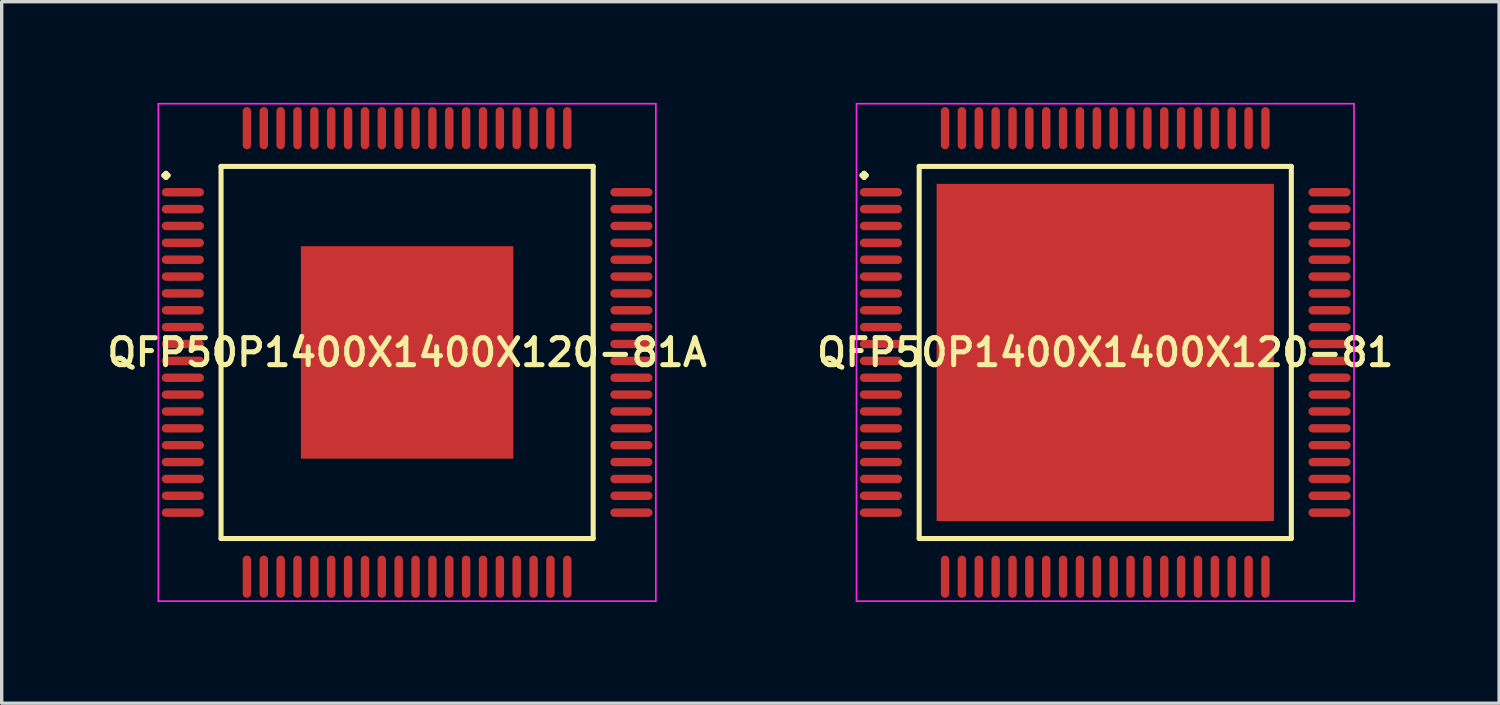
<source format=kicad_pcb>
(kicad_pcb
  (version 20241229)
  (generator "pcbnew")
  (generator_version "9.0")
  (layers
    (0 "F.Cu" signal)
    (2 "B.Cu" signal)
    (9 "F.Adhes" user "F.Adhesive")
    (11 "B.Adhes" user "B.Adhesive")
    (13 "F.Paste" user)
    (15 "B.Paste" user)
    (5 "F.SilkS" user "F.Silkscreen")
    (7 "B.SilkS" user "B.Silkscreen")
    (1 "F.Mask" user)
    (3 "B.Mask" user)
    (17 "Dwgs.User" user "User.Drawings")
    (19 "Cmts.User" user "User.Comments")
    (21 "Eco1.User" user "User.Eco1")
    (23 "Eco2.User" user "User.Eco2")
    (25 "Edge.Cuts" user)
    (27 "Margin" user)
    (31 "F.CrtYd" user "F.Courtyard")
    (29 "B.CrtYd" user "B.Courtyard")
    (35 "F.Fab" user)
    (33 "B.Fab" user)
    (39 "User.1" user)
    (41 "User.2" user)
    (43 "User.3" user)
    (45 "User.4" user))
  (footprint "QFP50P1400X1400X120-81"
    (layer "F.Cu")
    (at 29.721 7.4)
    (property "Reference" "QFP50P1400X1400X120-81" (at 0 0 0) (layer "F.SilkS") (effects (font (size 0.8 0.8) (thickness 0.15))))
    (attr smd)
    (fp_line (start -7.213 -5.25) (end -7.15 -5.312) (stroke (width 0.15) (type solid)) (layer "F.SilkS"))
    (fp_line (start -7.15 -5.312) (end -7.088 -5.25) (stroke (width 0.15) (type solid)) (layer "F.SilkS"))
    (fp_line (start -7.15 -5.188) (end -7.213 -5.25) (stroke (width 0.15) (type solid)) (layer "F.SilkS"))
    (fp_line (start -7.088 -5.25) (end -7.15 -5.188) (stroke (width 0.15) (type solid)) (layer "F.SilkS"))
    (fp_line (start -5.517 -5.517) (end -5.517 5.517) (stroke (width 0.15) (type solid)) (layer "F.SilkS"))
    (fp_line (start -5.517 5.517) (end 5.517 5.517) (stroke (width 0.15) (type solid)) (layer "F.SilkS"))
    (fp_line (start 5.517 -5.517) (end -5.517 -5.517) (stroke (width 0.15) (type solid)) (layer "F.SilkS"))
    (fp_line (start 5.517 5.517) (end 5.517 -5.517) (stroke (width 0.15) (type solid)) (layer "F.SilkS"))
    (fp_line (start -7.375 -7.375) (end 7.375 -7.375) (stroke (width 0.05) (type solid)) (layer "F.CrtYd"))
    (fp_line (start -7.375 7.375) (end -7.375 -7.375) (stroke (width 0.05) (type solid)) (layer "F.CrtYd"))
    (fp_line (start 7.375 -7.375) (end 7.375 7.375) (stroke (width 0.05) (type solid)) (layer "F.CrtYd"))
    (fp_line (start 7.375 7.375) (end -7.375 7.375) (stroke (width 0.05) (type solid)) (layer "F.CrtYd"))
    (pad "1" smd oval (at -6.65 -4.75) (size 1.25 0.25) (layers "F.Cu" "F.Mask" "F.Paste"))
    (pad "2" smd oval (at -6.65 -4.25) (size 1.25 0.25) (layers "F.Cu" "F.Mask" "F.Paste"))
    (pad "3" smd oval (at -6.65 -3.75) (size 1.25 0.25) (layers "F.Cu" "F.Mask" "F.Paste"))
    (pad "4" smd oval (at -6.65 -3.25) (size 1.25 0.25) (layers "F.Cu" "F.Mask" "F.Paste"))
    (pad "5" smd oval (at -6.65 -2.75) (size 1.25 0.25) (layers "F.Cu" "F.Mask" "F.Paste"))
    (pad "6" smd oval (at -6.65 -2.25) (size 1.25 0.25) (layers "F.Cu" "F.Mask" "F.Paste"))
    (pad "7" smd oval (at -6.65 -1.75) (size 1.25 0.25) (layers "F.Cu" "F.Mask" "F.Paste"))
    (pad "8" smd oval (at -6.65 -1.25) (size 1.25 0.25) (layers "F.Cu" "F.Mask" "F.Paste"))
    (pad "9" smd oval (at -6.65 -0.75) (size 1.25 0.25) (layers "F.Cu" "F.Mask" "F.Paste"))
    (pad "10" smd oval (at -6.65 -0.25) (size 1.25 0.25) (layers "F.Cu" "F.Mask" "F.Paste"))
    (pad "11" smd oval (at -6.65 0.25) (size 1.25 0.25) (layers "F.Cu" "F.Mask" "F.Paste"))
    (pad "12" smd oval (at -6.65 0.75) (size 1.25 0.25) (layers "F.Cu" "F.Mask" "F.Paste"))
    (pad "13" smd oval (at -6.65 1.25) (size 1.25 0.25) (layers "F.Cu" "F.Mask" "F.Paste"))
    (pad "14" smd oval (at -6.65 1.75) (size 1.25 0.25) (layers "F.Cu" "F.Mask" "F.Paste"))
    (pad "15" smd oval (at -6.65 2.25) (size 1.25 0.25) (layers "F.Cu" "F.Mask" "F.Paste"))
    (pad "16" smd oval (at -6.65 2.75) (size 1.25 0.25) (layers "F.Cu" "F.Mask" "F.Paste"))
    (pad "17" smd oval (at -6.65 3.25) (size 1.25 0.25) (layers "F.Cu" "F.Mask" "F.Paste"))
    (pad "18" smd oval (at -6.65 3.75) (size 1.25 0.25) (layers "F.Cu" "F.Mask" "F.Paste"))
    (pad "19" smd oval (at -6.65 4.25) (size 1.25 0.25) (layers "F.Cu" "F.Mask" "F.Paste"))
    (pad "20" smd oval (at -6.65 4.75) (size 1.25 0.25) (layers "F.Cu" "F.Mask" "F.Paste"))
    (pad "21" smd oval (at -4.75 6.65) (size 0.25 1.25) (layers "F.Cu" "F.Mask" "F.Paste"))
    (pad "22" smd oval (at -4.25 6.65) (size 0.25 1.25) (layers "F.Cu" "F.Mask" "F.Paste"))
    (pad "23" smd oval (at -3.75 6.65) (size 0.25 1.25) (layers "F.Cu" "F.Mask" "F.Paste"))
    (pad "24" smd oval (at -3.25 6.65) (size 0.25 1.25) (layers "F.Cu" "F.Mask" "F.Paste"))
    (pad "25" smd oval (at -2.75 6.65) (size 0.25 1.25) (layers "F.Cu" "F.Mask" "F.Paste"))
    (pad "26" smd oval (at -2.25 6.65) (size 0.25 1.25) (layers "F.Cu" "F.Mask" "F.Paste"))
    (pad "27" smd oval (at -1.75 6.65) (size 0.25 1.25) (layers "F.Cu" "F.Mask" "F.Paste"))
    (pad "28" smd oval (at -1.25 6.65) (size 0.25 1.25) (layers "F.Cu" "F.Mask" "F.Paste"))
    (pad "29" smd oval (at -0.75 6.65) (size 0.25 1.25) (layers "F.Cu" "F.Mask" "F.Paste"))
    (pad "30" smd oval (at -0.25 6.65) (size 0.25 1.25) (layers "F.Cu" "F.Mask" "F.Paste"))
    (pad "31" smd oval (at 0.25 6.65) (size 0.25 1.25) (layers "F.Cu" "F.Mask" "F.Paste"))
    (pad "32" smd oval (at 0.75 6.65) (size 0.25 1.25) (layers "F.Cu" "F.Mask" "F.Paste"))
    (pad "33" smd oval (at 1.25 6.65) (size 0.25 1.25) (layers "F.Cu" "F.Mask" "F.Paste"))
    (pad "34" smd oval (at 1.75 6.65) (size 0.25 1.25) (layers "F.Cu" "F.Mask" "F.Paste"))
    (pad "35" smd oval (at 2.25 6.65) (size 0.25 1.25) (layers "F.Cu" "F.Mask" "F.Paste"))
    (pad "36" smd oval (at 2.75 6.65) (size 0.25 1.25) (layers "F.Cu" "F.Mask" "F.Paste"))
    (pad "37" smd oval (at 3.25 6.65) (size 0.25 1.25) (layers "F.Cu" "F.Mask" "F.Paste"))
    (pad "38" smd oval (at 3.75 6.65) (size 0.25 1.25) (layers "F.Cu" "F.Mask" "F.Paste"))
    (pad "39" smd oval (at 4.25 6.65) (size 0.25 1.25) (layers "F.Cu" "F.Mask" "F.Paste"))
    (pad "40" smd oval (at 4.75 6.65) (size 0.25 1.25) (layers "F.Cu" "F.Mask" "F.Paste"))
    (pad "41" smd oval (at 6.65 4.75) (size 1.25 0.25) (layers "F.Cu" "F.Mask" "F.Paste"))
    (pad "42" smd oval (at 6.65 4.25) (size 1.25 0.25) (layers "F.Cu" "F.Mask" "F.Paste"))
    (pad "43" smd oval (at 6.65 3.75) (size 1.25 0.25) (layers "F.Cu" "F.Mask" "F.Paste"))
    (pad "44" smd oval (at 6.65 3.25) (size 1.25 0.25) (layers "F.Cu" "F.Mask" "F.Paste"))
    (pad "45" smd oval (at 6.65 2.75) (size 1.25 0.25) (layers "F.Cu" "F.Mask" "F.Paste"))
    (pad "46" smd oval (at 6.65 2.25) (size 1.25 0.25) (layers "F.Cu" "F.Mask" "F.Paste"))
    (pad "47" smd oval (at 6.65 1.75) (size 1.25 0.25) (layers "F.Cu" "F.Mask" "F.Paste"))
    (pad "48" smd oval (at 6.65 1.25) (size 1.25 0.25) (layers "F.Cu" "F.Mask" "F.Paste"))
    (pad "49" smd oval (at 6.65 0.75) (size 1.25 0.25) (layers "F.Cu" "F.Mask" "F.Paste"))
    (pad "50" smd oval (at 6.65 0.25) (size 1.25 0.25) (layers "F.Cu" "F.Mask" "F.Paste"))
    (pad "51" smd oval (at 6.65 -0.25) (size 1.25 0.25) (layers "F.Cu" "F.Mask" "F.Paste"))
    (pad "52" smd oval (at 6.65 -0.75) (size 1.25 0.25) (layers "F.Cu" "F.Mask" "F.Paste"))
    (pad "53" smd oval (at 6.65 -1.25) (size 1.25 0.25) (layers "F.Cu" "F.Mask" "F.Paste"))
    (pad "54" smd oval (at 6.65 -1.75) (size 1.25 0.25) (layers "F.Cu" "F.Mask" "F.Paste"))
    (pad "55" smd oval (at 6.65 -2.25) (size 1.25 0.25) (layers "F.Cu" "F.Mask" "F.Paste"))
    (pad "56" smd oval (at 6.65 -2.75) (size 1.25 0.25) (layers "F.Cu" "F.Mask" "F.Paste"))
    (pad "57" smd oval (at 6.65 -3.25) (size 1.25 0.25) (layers "F.Cu" "F.Mask" "F.Paste"))
    (pad "58" smd oval (at 6.65 -3.75) (size 1.25 0.25) (layers "F.Cu" "F.Mask" "F.Paste"))
    (pad "59" smd oval (at 6.65 -4.25) (size 1.25 0.25) (layers "F.Cu" "F.Mask" "F.Paste"))
    (pad "60" smd oval (at 6.65 -4.75) (size 1.25 0.25) (layers "F.Cu" "F.Mask" "F.Paste"))
    (pad "61" smd oval (at 4.75 -6.65) (size 0.25 1.25) (layers "F.Cu" "F.Mask" "F.Paste"))
    (pad "62" smd oval (at 4.25 -6.65) (size 0.25 1.25) (layers "F.Cu" "F.Mask" "F.Paste"))
    (pad "63" smd oval (at 3.75 -6.65) (size 0.25 1.25) (layers "F.Cu" "F.Mask" "F.Paste"))
    (pad "64" smd oval (at 3.25 -6.65) (size 0.25 1.25) (layers "F.Cu" "F.Mask" "F.Paste"))
    (pad "65" smd oval (at 2.75 -6.65) (size 0.25 1.25) (layers "F.Cu" "F.Mask" "F.Paste"))
    (pad "66" smd oval (at 2.25 -6.65) (size 0.25 1.25) (layers "F.Cu" "F.Mask" "F.Paste"))
    (pad "67" smd oval (at 1.75 -6.65) (size 0.25 1.25) (layers "F.Cu" "F.Mask" "F.Paste"))
    (pad "68" smd oval (at 1.25 -6.65) (size 0.25 1.25) (layers "F.Cu" "F.Mask" "F.Paste"))
    (pad "69" smd oval (at 0.75 -6.65) (size 0.25 1.25) (layers "F.Cu" "F.Mask" "F.Paste"))
    (pad "70" smd oval (at 0.25 -6.65) (size 0.25 1.25) (layers "F.Cu" "F.Mask" "F.Paste"))
    (pad "71" smd oval (at -0.25 -6.65) (size 0.25 1.25) (layers "F.Cu" "F.Mask" "F.Paste"))
    (pad "72" smd oval (at -0.75 -6.65) (size 0.25 1.25) (layers "F.Cu" "F.Mask" "F.Paste"))
    (pad "73" smd oval (at -1.25 -6.65) (size 0.25 1.25) (layers "F.Cu" "F.Mask" "F.Paste"))
    (pad "74" smd oval (at -1.75 -6.65) (size 0.25 1.25) (layers "F.Cu" "F.Mask" "F.Paste"))
    (pad "75" smd oval (at -2.25 -6.65) (size 0.25 1.25) (layers "F.Cu" "F.Mask" "F.Paste"))
    (pad "76" smd oval (at -2.75 -6.65) (size 0.25 1.25) (layers "F.Cu" "F.Mask" "F.Paste"))
    (pad "77" smd oval (at -3.25 -6.65) (size 0.25 1.25) (layers "F.Cu" "F.Mask" "F.Paste"))
    (pad "78" smd oval (at -3.75 -6.65) (size 0.25 1.25) (layers "F.Cu" "F.Mask" "F.Paste"))
    (pad "79" smd oval (at -4.25 -6.65) (size 0.25 1.25) (layers "F.Cu" "F.Mask" "F.Paste"))
    (pad "80" smd oval (at -4.75 -6.65) (size 0.25 1.25) (layers "F.Cu" "F.Mask" "F.Paste"))
    (pad "81" smd rect (at 0 0) (size 10 10) (layers "F.Cu" "F.Mask" "F.Paste")))
  (footprint "QFP50P1400X1400X120-81A"
    (layer "F.Cu")
    (at 9.021 7.4)
    (property "Reference" "QFP50P1400X1400X120-81A" (at 0 0 0) (layer "F.SilkS") (effects (font (size 0.8 0.8) (thickness 0.15))))
    (attr smd)
    (fp_line (start -7.213 -5.25) (end -7.15 -5.312) (stroke (width 0.15) (type solid)) (layer "F.SilkS"))
    (fp_line (start -7.15 -5.312) (end -7.088 -5.25) (stroke (width 0.15) (type solid)) (layer "F.SilkS"))
    (fp_line (start -7.15 -5.188) (end -7.213 -5.25) (stroke (width 0.15) (type solid)) (layer "F.SilkS"))
    (fp_line (start -7.088 -5.25) (end -7.15 -5.188) (stroke (width 0.15) (type solid)) (layer "F.SilkS"))
    (fp_line (start -5.517 -5.517) (end -5.517 5.517) (stroke (width 0.15) (type solid)) (layer "F.SilkS"))
    (fp_line (start -5.517 5.517) (end 5.517 5.517) (stroke (width 0.15) (type solid)) (layer "F.SilkS"))
    (fp_line (start 5.517 -5.517) (end -5.517 -5.517) (stroke (width 0.15) (type solid)) (layer "F.SilkS"))
    (fp_line (start 5.517 5.517) (end 5.517 -5.517) (stroke (width 0.15) (type solid)) (layer "F.SilkS"))
    (fp_line (start -7.375 -7.375) (end 7.375 -7.375) (stroke (width 0.05) (type solid)) (layer "F.CrtYd"))
    (fp_line (start -7.375 7.375) (end -7.375 -7.375) (stroke (width 0.05) (type solid)) (layer "F.CrtYd"))
    (fp_line (start 7.375 -7.375) (end 7.375 7.375) (stroke (width 0.05) (type solid)) (layer "F.CrtYd"))
    (fp_line (start 7.375 7.375) (end -7.375 7.375) (stroke (width 0.05) (type solid)) (layer "F.CrtYd"))
    (pad "1" smd oval (at -6.65 -4.75) (size 1.25 0.25) (layers "F.Cu" "F.Mask" "F.Paste"))
    (pad "2" smd oval (at -6.65 -4.25) (size 1.25 0.25) (layers "F.Cu" "F.Mask" "F.Paste"))
    (pad "3" smd oval (at -6.65 -3.75) (size 1.25 0.25) (layers "F.Cu" "F.Mask" "F.Paste"))
    (pad "4" smd oval (at -6.65 -3.25) (size 1.25 0.25) (layers "F.Cu" "F.Mask" "F.Paste"))
    (pad "5" smd oval (at -6.65 -2.75) (size 1.25 0.25) (layers "F.Cu" "F.Mask" "F.Paste"))
    (pad "6" smd oval (at -6.65 -2.25) (size 1.25 0.25) (layers "F.Cu" "F.Mask" "F.Paste"))
    (pad "7" smd oval (at -6.65 -1.75) (size 1.25 0.25) (layers "F.Cu" "F.Mask" "F.Paste"))
    (pad "8" smd oval (at -6.65 -1.25) (size 1.25 0.25) (layers "F.Cu" "F.Mask" "F.Paste"))
    (pad "9" smd oval (at -6.65 -0.75) (size 1.25 0.25) (layers "F.Cu" "F.Mask" "F.Paste"))
    (pad "10" smd oval (at -6.65 -0.25) (size 1.25 0.25) (layers "F.Cu" "F.Mask" "F.Paste"))
    (pad "11" smd oval (at -6.65 0.25) (size 1.25 0.25) (layers "F.Cu" "F.Mask" "F.Paste"))
    (pad "12" smd oval (at -6.65 0.75) (size 1.25 0.25) (layers "F.Cu" "F.Mask" "F.Paste"))
    (pad "13" smd oval (at -6.65 1.25) (size 1.25 0.25) (layers "F.Cu" "F.Mask" "F.Paste"))
    (pad "14" smd oval (at -6.65 1.75) (size 1.25 0.25) (layers "F.Cu" "F.Mask" "F.Paste"))
    (pad "15" smd oval (at -6.65 2.25) (size 1.25 0.25) (layers "F.Cu" "F.Mask" "F.Paste"))
    (pad "16" smd oval (at -6.65 2.75) (size 1.25 0.25) (layers "F.Cu" "F.Mask" "F.Paste"))
    (pad "17" smd oval (at -6.65 3.25) (size 1.25 0.25) (layers "F.Cu" "F.Mask" "F.Paste"))
    (pad "18" smd oval (at -6.65 3.75) (size 1.25 0.25) (layers "F.Cu" "F.Mask" "F.Paste"))
    (pad "19" smd oval (at -6.65 4.25) (size 1.25 0.25) (layers "F.Cu" "F.Mask" "F.Paste"))
    (pad "20" smd oval (at -6.65 4.75) (size 1.25 0.25) (layers "F.Cu" "F.Mask" "F.Paste"))
    (pad "21" smd oval (at -4.75 6.65) (size 0.25 1.25) (layers "F.Cu" "F.Mask" "F.Paste"))
    (pad "22" smd oval (at -4.25 6.65) (size 0.25 1.25) (layers "F.Cu" "F.Mask" "F.Paste"))
    (pad "23" smd oval (at -3.75 6.65) (size 0.25 1.25) (layers "F.Cu" "F.Mask" "F.Paste"))
    (pad "24" smd oval (at -3.25 6.65) (size 0.25 1.25) (layers "F.Cu" "F.Mask" "F.Paste"))
    (pad "25" smd oval (at -2.75 6.65) (size 0.25 1.25) (layers "F.Cu" "F.Mask" "F.Paste"))
    (pad "26" smd oval (at -2.25 6.65) (size 0.25 1.25) (layers "F.Cu" "F.Mask" "F.Paste"))
    (pad "27" smd oval (at -1.75 6.65) (size 0.25 1.25) (layers "F.Cu" "F.Mask" "F.Paste"))
    (pad "28" smd oval (at -1.25 6.65) (size 0.25 1.25) (layers "F.Cu" "F.Mask" "F.Paste"))
    (pad "29" smd oval (at -0.75 6.65) (size 0.25 1.25) (layers "F.Cu" "F.Mask" "F.Paste"))
    (pad "30" smd oval (at -0.25 6.65) (size 0.25 1.25) (layers "F.Cu" "F.Mask" "F.Paste"))
    (pad "31" smd oval (at 0.25 6.65) (size 0.25 1.25) (layers "F.Cu" "F.Mask" "F.Paste"))
    (pad "32" smd oval (at 0.75 6.65) (size 0.25 1.25) (layers "F.Cu" "F.Mask" "F.Paste"))
    (pad "33" smd oval (at 1.25 6.65) (size 0.25 1.25) (layers "F.Cu" "F.Mask" "F.Paste"))
    (pad "34" smd oval (at 1.75 6.65) (size 0.25 1.25) (layers "F.Cu" "F.Mask" "F.Paste"))
    (pad "35" smd oval (at 2.25 6.65) (size 0.25 1.25) (layers "F.Cu" "F.Mask" "F.Paste"))
    (pad "36" smd oval (at 2.75 6.65) (size 0.25 1.25) (layers "F.Cu" "F.Mask" "F.Paste"))
    (pad "37" smd oval (at 3.25 6.65) (size 0.25 1.25) (layers "F.Cu" "F.Mask" "F.Paste"))
    (pad "38" smd oval (at 3.75 6.65) (size 0.25 1.25) (layers "F.Cu" "F.Mask" "F.Paste"))
    (pad "39" smd oval (at 4.25 6.65) (size 0.25 1.25) (layers "F.Cu" "F.Mask" "F.Paste"))
    (pad "40" smd oval (at 4.75 6.65) (size 0.25 1.25) (layers "F.Cu" "F.Mask" "F.Paste"))
    (pad "41" smd oval (at 6.65 4.75) (size 1.25 0.25) (layers "F.Cu" "F.Mask" "F.Paste"))
    (pad "42" smd oval (at 6.65 4.25) (size 1.25 0.25) (layers "F.Cu" "F.Mask" "F.Paste"))
    (pad "43" smd oval (at 6.65 3.75) (size 1.25 0.25) (layers "F.Cu" "F.Mask" "F.Paste"))
    (pad "44" smd oval (at 6.65 3.25) (size 1.25 0.25) (layers "F.Cu" "F.Mask" "F.Paste"))
    (pad "45" smd oval (at 6.65 2.75) (size 1.25 0.25) (layers "F.Cu" "F.Mask" "F.Paste"))
    (pad "46" smd oval (at 6.65 2.25) (size 1.25 0.25) (layers "F.Cu" "F.Mask" "F.Paste"))
    (pad "47" smd oval (at 6.65 1.75) (size 1.25 0.25) (layers "F.Cu" "F.Mask" "F.Paste"))
    (pad "48" smd oval (at 6.65 1.25) (size 1.25 0.25) (layers "F.Cu" "F.Mask" "F.Paste"))
    (pad "49" smd oval (at 6.65 0.75) (size 1.25 0.25) (layers "F.Cu" "F.Mask" "F.Paste"))
    (pad "50" smd oval (at 6.65 0.25) (size 1.25 0.25) (layers "F.Cu" "F.Mask" "F.Paste"))
    (pad "51" smd oval (at 6.65 -0.25) (size 1.25 0.25) (layers "F.Cu" "F.Mask" "F.Paste"))
    (pad "52" smd oval (at 6.65 -0.75) (size 1.25 0.25) (layers "F.Cu" "F.Mask" "F.Paste"))
    (pad "53" smd oval (at 6.65 -1.25) (size 1.25 0.25) (layers "F.Cu" "F.Mask" "F.Paste"))
    (pad "54" smd oval (at 6.65 -1.75) (size 1.25 0.25) (layers "F.Cu" "F.Mask" "F.Paste"))
    (pad "55" smd oval (at 6.65 -2.25) (size 1.25 0.25) (layers "F.Cu" "F.Mask" "F.Paste"))
    (pad "56" smd oval (at 6.65 -2.75) (size 1.25 0.25) (layers "F.Cu" "F.Mask" "F.Paste"))
    (pad "57" smd oval (at 6.65 -3.25) (size 1.25 0.25) (layers "F.Cu" "F.Mask" "F.Paste"))
    (pad "58" smd oval (at 6.65 -3.75) (size 1.25 0.25) (layers "F.Cu" "F.Mask" "F.Paste"))
    (pad "59" smd oval (at 6.65 -4.25) (size 1.25 0.25) (layers "F.Cu" "F.Mask" "F.Paste"))
    (pad "60" smd oval (at 6.65 -4.75) (size 1.25 0.25) (layers "F.Cu" "F.Mask" "F.Paste"))
    (pad "61" smd oval (at 4.75 -6.65) (size 0.25 1.25) (layers "F.Cu" "F.Mask" "F.Paste"))
    (pad "62" smd oval (at 4.25 -6.65) (size 0.25 1.25) (layers "F.Cu" "F.Mask" "F.Paste"))
    (pad "63" smd oval (at 3.75 -6.65) (size 0.25 1.25) (layers "F.Cu" "F.Mask" "F.Paste"))
    (pad "64" smd oval (at 3.25 -6.65) (size 0.25 1.25) (layers "F.Cu" "F.Mask" "F.Paste"))
    (pad "65" smd oval (at 2.75 -6.65) (size 0.25 1.25) (layers "F.Cu" "F.Mask" "F.Paste"))
    (pad "66" smd oval (at 2.25 -6.65) (size 0.25 1.25) (layers "F.Cu" "F.Mask" "F.Paste"))
    (pad "67" smd oval (at 1.75 -6.65) (size 0.25 1.25) (layers "F.Cu" "F.Mask" "F.Paste"))
    (pad "68" smd oval (at 1.25 -6.65) (size 0.25 1.25) (layers "F.Cu" "F.Mask" "F.Paste"))
    (pad "69" smd oval (at 0.75 -6.65) (size 0.25 1.25) (layers "F.Cu" "F.Mask" "F.Paste"))
    (pad "70" smd oval (at 0.25 -6.65) (size 0.25 1.25) (layers "F.Cu" "F.Mask" "F.Paste"))
    (pad "71" smd oval (at -0.25 -6.65) (size 0.25 1.25) (layers "F.Cu" "F.Mask" "F.Paste"))
    (pad "72" smd oval (at -0.75 -6.65) (size 0.25 1.25) (layers "F.Cu" "F.Mask" "F.Paste"))
    (pad "73" smd oval (at -1.25 -6.65) (size 0.25 1.25) (layers "F.Cu" "F.Mask" "F.Paste"))
    (pad "74" smd oval (at -1.75 -6.65) (size 0.25 1.25) (layers "F.Cu" "F.Mask" "F.Paste"))
    (pad "75" smd oval (at -2.25 -6.65) (size 0.25 1.25) (layers "F.Cu" "F.Mask" "F.Paste"))
    (pad "76" smd oval (at -2.75 -6.65) (size 0.25 1.25) (layers "F.Cu" "F.Mask" "F.Paste"))
    (pad "77" smd oval (at -3.25 -6.65) (size 0.25 1.25) (layers "F.Cu" "F.Mask" "F.Paste"))
    (pad "78" smd oval (at -3.75 -6.65) (size 0.25 1.25) (layers "F.Cu" "F.Mask" "F.Paste"))
    (pad "79" smd oval (at -4.25 -6.65) (size 0.25 1.25) (layers "F.Cu" "F.Mask" "F.Paste"))
    (pad "80" smd oval (at -4.75 -6.65) (size 0.25 1.25) (layers "F.Cu" "F.Mask" "F.Paste"))
    (pad "81" smd rect (at 0 0) (size 6.3 6.3) (layers "F.Cu" "F.Mask" "F.Paste")))
  (gr_rect
    (start -3 -3)
    (end 41.399 17.8)
    (stroke (width 0.1) (type default))
    (fill no)
    (layer "Edge.Cuts")))
</source>
